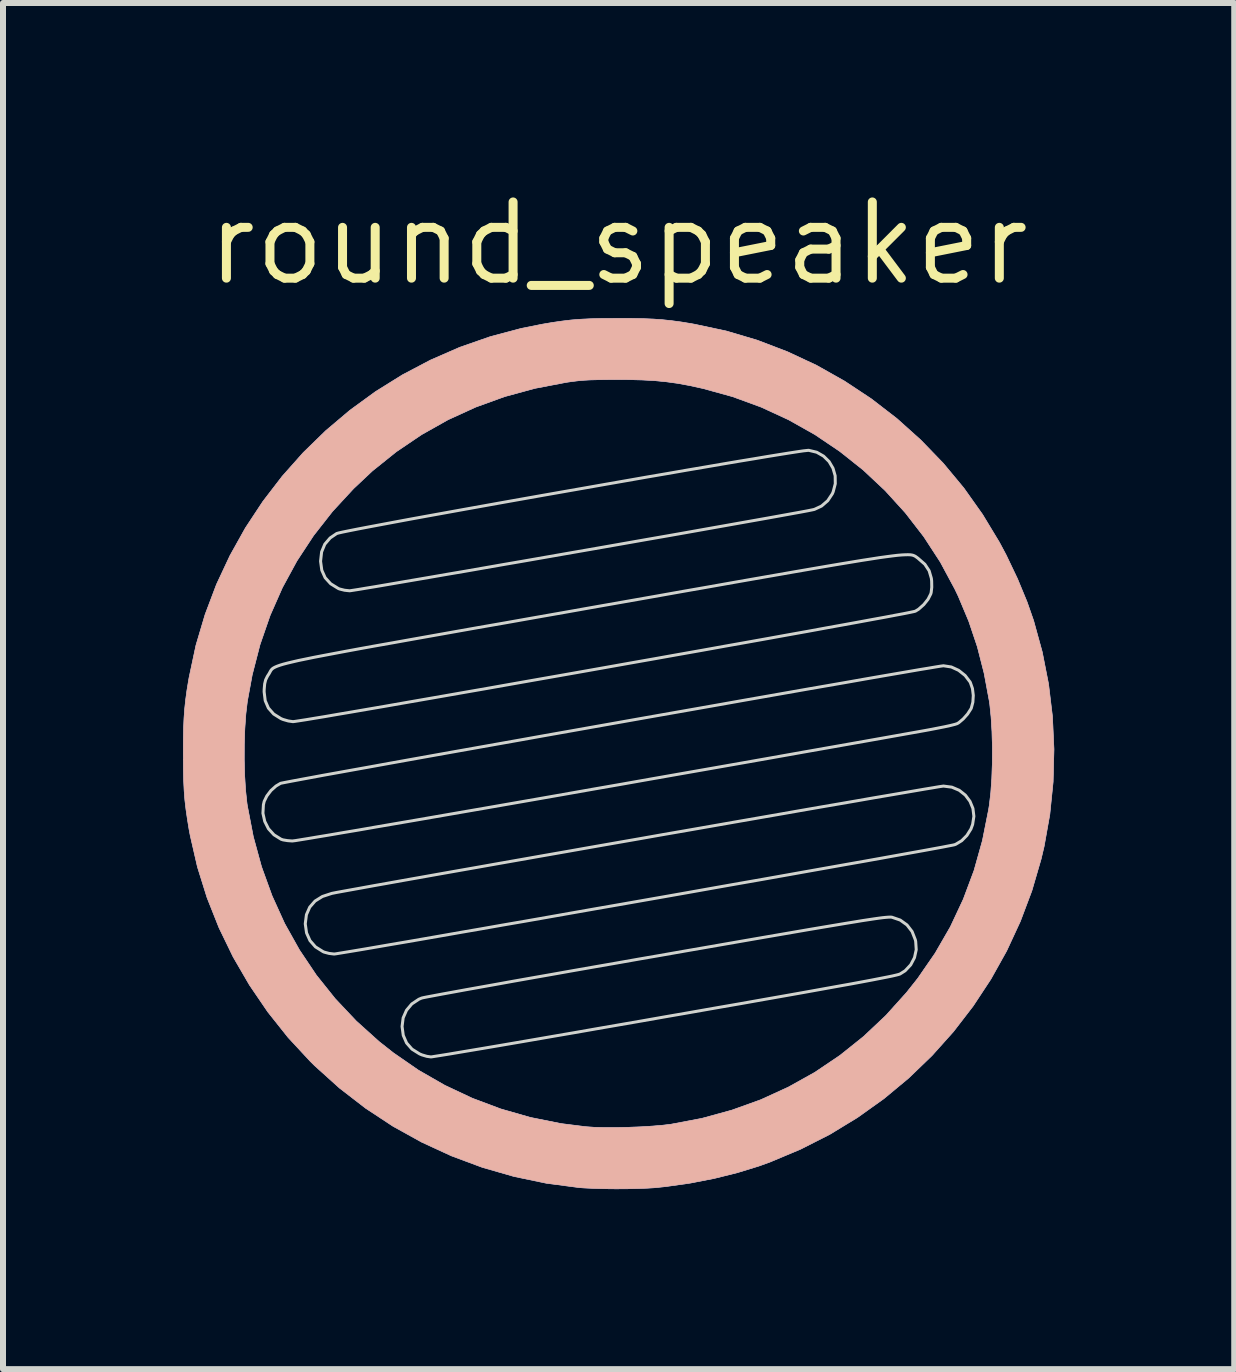
<source format=kicad_pcb>
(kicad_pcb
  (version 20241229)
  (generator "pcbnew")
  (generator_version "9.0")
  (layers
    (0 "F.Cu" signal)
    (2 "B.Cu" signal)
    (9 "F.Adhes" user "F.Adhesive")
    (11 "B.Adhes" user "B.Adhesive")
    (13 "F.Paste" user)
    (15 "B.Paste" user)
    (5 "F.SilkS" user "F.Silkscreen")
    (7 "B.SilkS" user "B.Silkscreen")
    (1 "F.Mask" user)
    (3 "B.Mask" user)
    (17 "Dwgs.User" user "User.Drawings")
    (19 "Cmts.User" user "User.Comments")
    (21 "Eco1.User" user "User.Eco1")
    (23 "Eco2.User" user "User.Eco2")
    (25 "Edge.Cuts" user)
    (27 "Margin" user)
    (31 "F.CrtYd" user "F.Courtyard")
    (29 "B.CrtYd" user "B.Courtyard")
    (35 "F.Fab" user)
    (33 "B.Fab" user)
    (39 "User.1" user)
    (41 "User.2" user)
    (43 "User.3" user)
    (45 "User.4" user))
  (footprint "round_speaker"
    (layer "F.Cu")
    (at 7.255 9.506)
    (property "Reference" "round_speaker" (at 0 -8.5 0) (layer "F.SilkS") (effects (font (size 1.27 1.27) (thickness 0.15))))
    (attr through_hole)
    (fp_poly (pts (xy 0.224 -7.249) (xy 0.415 -7.245) (xy 0.583 -7.238) (xy 0.737 -7.227) (xy 0.888 -7.211) (xy 1.044 -7.19) (xy 1.215 -7.162) (xy 1.27 -7.152) (xy 1.799 -7.039) (xy 2.315 -6.886) (xy 2.817 -6.694) (xy 3.303 -6.467) (xy 3.77 -6.204) (xy 4.217 -5.908) (xy 4.642 -5.58) (xy 5.041 -5.222) (xy 5.414 -4.836) (xy 5.758 -4.422) (xy 6.07 -3.982) (xy 6.35 -3.519) (xy 6.462 -3.309) (xy 6.652 -2.911) (xy 6.812 -2.524) (xy 6.921 -2.212) (xy 7.065 -1.689) (xy 7.17 -1.155) (xy 7.235 -0.614) (xy 7.26 -0.069) (xy 7.246 0.476) (xy 7.191 1.017) (xy 7.096 1.55) (xy 7.046 1.761) (xy 6.892 2.289) (xy 6.7 2.799) (xy 6.472 3.291) (xy 6.209 3.762) (xy 5.913 4.211) (xy 5.585 4.637) (xy 5.227 5.037) (xy 4.84 5.41) (xy 4.426 5.754) (xy 3.986 6.068) (xy 3.523 6.35) (xy 3.036 6.597) (xy 2.529 6.81) (xy 2.341 6.878) (xy 1.983 6.988) (xy 1.597 7.084) (xy 1.196 7.162) (xy 0.793 7.219) (xy 0.614 7.238) (xy 0.486 7.246) (xy 0.326 7.252) (xy 0.147 7.256) (xy -0.042 7.257) (xy -0.229 7.255) (xy -0.404 7.25) (xy -0.556 7.243) (xy -0.646 7.237) (xy -1.198 7.164) (xy -1.739 7.051) (xy -2.267 6.899) (xy -2.78 6.708) (xy -3.277 6.479) (xy -3.755 6.214) (xy -4.212 5.913) (xy -4.647 5.577) (xy -5.059 5.206) (xy -5.133 5.133) (xy -5.503 4.734) (xy -5.841 4.309) (xy -6.147 3.86) (xy -6.419 3.392) (xy -6.655 2.905) (xy -6.854 2.404) (xy -7.014 1.892) (xy -7.134 1.37) (xy -7.153 1.27) (xy -7.182 1.092) (xy -7.205 0.933) (xy -7.223 0.781) (xy -7.235 0.629) (xy -7.243 0.467) (xy -7.248 0.284) (xy -7.249 0.107) (xy -6.235 0.107) (xy -6.228 0.367) (xy -6.213 0.61) (xy -6.19 0.826) (xy -6.184 0.868) (xy -6.084 1.388) (xy -5.947 1.889) (xy -5.772 2.372) (xy -5.562 2.835) (xy -5.315 3.276) (xy -5.034 3.695) (xy -4.718 4.09) (xy -4.369 4.46) (xy -3.987 4.804) (xy -3.75 4.991) (xy -3.332 5.28) (xy -2.893 5.532) (xy -2.434 5.748) (xy -1.957 5.927) (xy -1.464 6.068) (xy -0.956 6.17) (xy -0.544 6.222) (xy -0.403 6.232) (xy -0.229 6.236) (xy -0.035 6.236) (xy 0.17 6.232) (xy 0.376 6.224) (xy 0.571 6.212) (xy 0.746 6.197) (xy 0.878 6.181) (xy 1.394 6.083) (xy 1.893 5.946) (xy 2.374 5.773) (xy 2.835 5.562) (xy 3.276 5.316) (xy 3.694 5.034) (xy 4.089 4.718) (xy 4.459 4.369) (xy 4.803 3.987) (xy 4.991 3.75) (xy 5.281 3.33) (xy 5.535 2.89) (xy 5.75 2.431) (xy 5.929 1.952) (xy 6.069 1.453) (xy 6.172 0.936) (xy 6.183 0.868) (xy 6.208 0.657) (xy 6.225 0.417) (xy 6.234 0.159) (xy 6.235 -0.105) (xy 6.228 -0.363) (xy 6.213 -0.606) (xy 6.191 -0.821) (xy 6.184 -0.868) (xy 6.097 -1.336) (xy 5.984 -1.778) (xy 5.841 -2.203) (xy 5.666 -2.62) (xy 5.608 -2.741) (xy 5.367 -3.189) (xy 5.091 -3.613) (xy 4.784 -4.01) (xy 4.447 -4.381) (xy 4.082 -4.723) (xy 3.691 -5.034) (xy 3.276 -5.314) (xy 2.839 -5.56) (xy 2.382 -5.771) (xy 1.907 -5.945) (xy 1.415 -6.081) (xy 1.397 -6.085) (xy 1.183 -6.132) (xy 0.986 -6.168) (xy 0.797 -6.194) (xy 0.603 -6.213) (xy 0.395 -6.224) (xy 0.163 -6.23) (xy 0 -6.231) (xy -0.186 -6.23) (xy -0.337 -6.228) (xy -0.463 -6.225) (xy -0.572 -6.219) (xy -0.672 -6.21) (xy -0.772 -6.198) (xy -0.868 -6.184) (xy -1.39 -6.084) (xy -1.893 -5.947) (xy -2.376 -5.772) (xy -2.838 -5.561) (xy -3.279 -5.313) (xy -3.699 -5.029) (xy -4.098 -4.709) (xy -4.413 -4.413) (xy -4.764 -4.033) (xy -5.079 -3.631) (xy -5.357 -3.208) (xy -5.599 -2.763) (xy -5.804 -2.298) (xy -5.972 -1.813) (xy -6.102 -1.309) (xy -6.183 -0.868) (xy -6.208 -0.657) (xy -6.225 -0.416) (xy -6.234 -0.158) (xy -6.235 0.107) (xy -7.249 0.107) (xy -7.249 0.072) (xy -7.25 0) (xy -7.249 -0.224) (xy -7.245 -0.415) (xy -7.238 -0.583) (xy -7.227 -0.737) (xy -7.211 -0.888) (xy -7.19 -1.044) (xy -7.162 -1.215) (xy -7.152 -1.27) (xy -7.039 -1.8) (xy -6.886 -2.315) (xy -6.697 -2.815) (xy -6.472 -3.296) (xy -6.214 -3.758) (xy -5.923 -4.199) (xy -5.602 -4.617) (xy -5.252 -5.011) (xy -4.875 -5.378) (xy -4.473 -5.718) (xy -4.046 -6.029) (xy -3.598 -6.308) (xy -3.129 -6.555) (xy -2.641 -6.768) (xy -2.136 -6.944) (xy -1.615 -7.083) (xy -1.27 -7.152) (xy -1.093 -7.182) (xy -0.933 -7.205) (xy -0.782 -7.223) (xy -0.63 -7.235) (xy -0.467 -7.243) (xy -0.284 -7.248) (xy -0.071 -7.249) (xy 0 -7.25) (xy 0.224 -7.249)) (stroke (width 0.01) (type solid)) (fill yes) (layer "B.Cu"))
    (fp_poly (pts (xy 0.224 -7.249) (xy 0.415 -7.245) (xy 0.583 -7.238) (xy 0.737 -7.227) (xy 0.888 -7.211) (xy 1.044 -7.19) (xy 1.215 -7.162) (xy 1.27 -7.152) (xy 1.799 -7.039) (xy 2.315 -6.886) (xy 2.817 -6.694) (xy 3.303 -6.467) (xy 3.77 -6.204) (xy 4.217 -5.908) (xy 4.642 -5.58) (xy 5.041 -5.222) (xy 5.414 -4.836) (xy 5.758 -4.422) (xy 6.07 -3.982) (xy 6.35 -3.519) (xy 6.462 -3.309) (xy 6.652 -2.911) (xy 6.812 -2.524) (xy 6.921 -2.212) (xy 7.065 -1.689) (xy 7.17 -1.155) (xy 7.235 -0.614) (xy 7.26 -0.069) (xy 7.246 0.476) (xy 7.191 1.017) (xy 7.096 1.55) (xy 7.046 1.761) (xy 6.892 2.289) (xy 6.7 2.799) (xy 6.472 3.291) (xy 6.209 3.762) (xy 5.913 4.211) (xy 5.585 4.637) (xy 5.227 5.037) (xy 4.84 5.41) (xy 4.426 5.754) (xy 3.986 6.068) (xy 3.523 6.35) (xy 3.036 6.597) (xy 2.529 6.81) (xy 2.341 6.878) (xy 1.983 6.988) (xy 1.597 7.084) (xy 1.196 7.162) (xy 0.793 7.219) (xy 0.614 7.238) (xy 0.486 7.246) (xy 0.326 7.252) (xy 0.147 7.256) (xy -0.042 7.257) (xy -0.229 7.255) (xy -0.404 7.25) (xy -0.556 7.243) (xy -0.646 7.237) (xy -1.198 7.164) (xy -1.739 7.051) (xy -2.267 6.899) (xy -2.78 6.708) (xy -3.277 6.479) (xy -3.755 6.214) (xy -4.212 5.913) (xy -4.647 5.577) (xy -5.059 5.206) (xy -5.133 5.133) (xy -5.503 4.734) (xy -5.841 4.309) (xy -6.147 3.86) (xy -6.419 3.392) (xy -6.655 2.905) (xy -6.854 2.404) (xy -7.014 1.892) (xy -7.134 1.37) (xy -7.153 1.27) (xy -7.182 1.092) (xy -7.205 0.933) (xy -7.223 0.781) (xy -7.235 0.629) (xy -7.243 0.467) (xy -7.248 0.284) (xy -7.249 0.107) (xy -6.235 0.107) (xy -6.228 0.367) (xy -6.213 0.61) (xy -6.19 0.826) (xy -6.184 0.868) (xy -6.084 1.388) (xy -5.947 1.889) (xy -5.772 2.372) (xy -5.562 2.835) (xy -5.315 3.276) (xy -5.034 3.695) (xy -4.718 4.09) (xy -4.369 4.46) (xy -3.987 4.804) (xy -3.75 4.991) (xy -3.332 5.28) (xy -2.893 5.532) (xy -2.434 5.748) (xy -1.957 5.927) (xy -1.464 6.068) (xy -0.956 6.17) (xy -0.544 6.222) (xy -0.403 6.232) (xy -0.229 6.236) (xy -0.035 6.236) (xy 0.17 6.232) (xy 0.376 6.224) (xy 0.571 6.212) (xy 0.746 6.197) (xy 0.878 6.181) (xy 1.394 6.083) (xy 1.893 5.946) (xy 2.374 5.773) (xy 2.835 5.562) (xy 3.276 5.316) (xy 3.694 5.034) (xy 4.089 4.718) (xy 4.459 4.369) (xy 4.803 3.987) (xy 4.991 3.75) (xy 5.281 3.33) (xy 5.535 2.89) (xy 5.75 2.431) (xy 5.929 1.952) (xy 6.069 1.453) (xy 6.172 0.936) (xy 6.183 0.868) (xy 6.208 0.657) (xy 6.225 0.417) (xy 6.234 0.159) (xy 6.235 -0.105) (xy 6.228 -0.363) (xy 6.213 -0.606) (xy 6.191 -0.821) (xy 6.184 -0.868) (xy 6.097 -1.336) (xy 5.984 -1.778) (xy 5.841 -2.203) (xy 5.666 -2.62) (xy 5.608 -2.741) (xy 5.367 -3.189) (xy 5.091 -3.613) (xy 4.784 -4.01) (xy 4.447 -4.381) (xy 4.082 -4.723) (xy 3.691 -5.034) (xy 3.276 -5.314) (xy 2.839 -5.56) (xy 2.382 -5.771) (xy 1.907 -5.945) (xy 1.415 -6.081) (xy 1.397 -6.085) (xy 1.183 -6.132) (xy 0.986 -6.168) (xy 0.797 -6.194) (xy 0.603 -6.213) (xy 0.395 -6.224) (xy 0.163 -6.23) (xy 0 -6.231) (xy -0.186 -6.23) (xy -0.337 -6.228) (xy -0.463 -6.225) (xy -0.572 -6.219) (xy -0.672 -6.21) (xy -0.772 -6.198) (xy -0.868 -6.184) (xy -1.39 -6.084) (xy -1.893 -5.947) (xy -2.376 -5.772) (xy -2.838 -5.561) (xy -3.279 -5.313) (xy -3.699 -5.029) (xy -4.098 -4.709) (xy -4.413 -4.413) (xy -4.764 -4.033) (xy -5.079 -3.631) (xy -5.357 -3.208) (xy -5.599 -2.763) (xy -5.804 -2.298) (xy -5.972 -1.813) (xy -6.102 -1.309) (xy -6.183 -0.868) (xy -6.208 -0.657) (xy -6.225 -0.416) (xy -6.234 -0.158) (xy -6.235 0.107) (xy -7.249 0.107) (xy -7.249 0.072) (xy -7.25 0) (xy -7.249 -0.224) (xy -7.245 -0.415) (xy -7.238 -0.583) (xy -7.227 -0.737) (xy -7.211 -0.888) (xy -7.19 -1.044) (xy -7.162 -1.215) (xy -7.152 -1.27) (xy -7.039 -1.8) (xy -6.886 -2.315) (xy -6.697 -2.815) (xy -6.472 -3.296) (xy -6.214 -3.758) (xy -5.923 -4.199) (xy -5.602 -4.617) (xy -5.252 -5.011) (xy -4.875 -5.378) (xy -4.473 -5.718) (xy -4.046 -6.029) (xy -3.598 -6.308) (xy -3.129 -6.555) (xy -2.641 -6.768) (xy -2.136 -6.944) (xy -1.615 -7.083) (xy -1.27 -7.152) (xy -1.093 -7.182) (xy -0.933 -7.205) (xy -0.782 -7.223) (xy -0.63 -7.235) (xy -0.467 -7.243) (xy -0.284 -7.248) (xy -0.071 -7.249) (xy 0 -7.25) (xy 0.224 -7.249)) (stroke (width 0.01) (type solid)) (fill yes) (layer "B.SilkS"))
    (fp_poly (pts (xy 3.307 -5.019) (xy 3.421 -4.954) (xy 3.513 -4.863) (xy 3.578 -4.752) (xy 3.614 -4.627) (xy 3.616 -4.494) (xy 3.581 -4.36) (xy 3.567 -4.327) (xy 3.49 -4.211) (xy 3.387 -4.122) (xy 3.269 -4.067) (xy 3.262 -4.065) (xy 3.225 -4.057) (xy 3.15 -4.042) (xy 3.038 -4.021) (xy 2.894 -3.995) (xy 2.718 -3.963) (xy 2.513 -3.926) (xy 2.283 -3.885) (xy 2.029 -3.84) (xy 1.754 -3.791) (xy 1.461 -3.739) (xy 1.153 -3.684) (xy 0.831 -3.627) (xy 0.498 -3.569) (xy 0.157 -3.509) (xy -0.189 -3.448) (xy -0.538 -3.387) (xy -0.888 -3.326) (xy -1.236 -3.265) (xy -1.579 -3.205) (xy -1.916 -3.147) (xy -2.242 -3.09) (xy -2.556 -3.035) (xy -2.856 -2.984) (xy -3.138 -2.935) (xy -3.401 -2.89) (xy -3.641 -2.849) (xy -3.856 -2.812) (xy -4.043 -2.78) (xy -4.201 -2.754) (xy -4.326 -2.733) (xy -4.416 -2.719) (xy -4.468 -2.711) (xy -4.48 -2.71) (xy -4.563 -2.719) (xy -4.647 -2.74) (xy -4.668 -2.749) (xy -4.794 -2.827) (xy -4.886 -2.928) (xy -4.942 -3.053) (xy -4.962 -3.199) (xy -4.962 -3.207) (xy -4.945 -3.358) (xy -4.892 -3.486) (xy -4.803 -3.59) (xy -4.694 -3.664) (xy -4.663 -3.673) (xy -4.592 -3.689) (xy -4.484 -3.711) (xy -4.343 -3.739) (xy -4.17 -3.772) (xy -3.968 -3.81) (xy -3.739 -3.853) (xy -3.487 -3.9) (xy -3.213 -3.95) (xy -2.92 -4.003) (xy -2.611 -4.059) (xy -2.288 -4.117) (xy -1.954 -4.177) (xy -1.611 -4.238) (xy -1.262 -4.3) (xy -0.909 -4.362) (xy -0.556 -4.424) (xy -0.204 -4.486) (xy 0.145 -4.547) (xy 0.486 -4.607) (xy 0.819 -4.664) (xy 1.14 -4.72) (xy 1.446 -4.772) (xy 1.736 -4.822) (xy 2.007 -4.868) (xy 2.256 -4.909) (xy 2.481 -4.947) (xy 2.678 -4.979) (xy 2.847 -5.006) (xy 2.983 -5.027) (xy 3.085 -5.042) (xy 3.15 -5.049) (xy 3.173 -5.051) (xy 3.307 -5.019)) (stroke (width 0.05) (type solid)) (fill no) (layer "Edge.Cuts"))
    (fp_poly (pts (xy 4.546 2.729) (xy 4.561 2.731) (xy 4.698 2.778) (xy 4.811 2.859) (xy 4.896 2.969) (xy 4.95 3.107) (xy 4.956 3.134) (xy 4.965 3.272) (xy 4.936 3.404) (xy 4.873 3.524) (xy 4.78 3.623) (xy 4.696 3.676) (xy 4.674 3.684) (xy 4.631 3.695) (xy 4.567 3.71) (xy 4.479 3.728) (xy 4.367 3.75) (xy 4.229 3.777) (xy 4.064 3.808) (xy 3.87 3.844) (xy 3.646 3.884) (xy 3.391 3.93) (xy 3.103 3.982) (xy 2.782 4.039) (xy 2.425 4.102) (xy 2.031 4.172) (xy 1.599 4.247) (xy 1.128 4.33) (xy 0.782 4.39) (xy 0.385 4.46) (xy -0.002 4.527) (xy -0.376 4.592) (xy -0.735 4.655) (xy -1.078 4.714) (xy -1.401 4.77) (xy -1.703 4.822) (xy -1.983 4.87) (xy -2.236 4.913) (xy -2.462 4.951) (xy -2.659 4.984) (xy -2.824 5.012) (xy -2.955 5.033) (xy -3.05 5.048) (xy -3.107 5.057) (xy -3.123 5.059) (xy -3.192 5.049) (xy -3.273 5.025) (xy -3.313 5.008) (xy -3.439 4.929) (xy -3.529 4.826) (xy -3.584 4.7) (xy -3.604 4.552) (xy -3.604 4.551) (xy -3.586 4.408) (xy -3.53 4.281) (xy -3.442 4.176) (xy -3.325 4.098) (xy -3.278 4.078) (xy -3.248 4.071) (xy -3.178 4.057) (xy -3.071 4.037) (xy -2.928 4.01) (xy -2.752 3.978) (xy -2.545 3.94) (xy -2.31 3.898) (xy -2.047 3.851) (xy -1.76 3.799) (xy -1.45 3.744) (xy -1.12 3.686) (xy -0.772 3.624) (xy -0.407 3.56) (xy -0.028 3.494) (xy 0.362 3.425) (xy 0.635 3.378) (xy 1.107 3.295) (xy 1.539 3.22) (xy 1.934 3.151) (xy 2.291 3.089) (xy 2.615 3.033) (xy 2.905 2.983) (xy 3.165 2.938) (xy 3.396 2.899) (xy 3.599 2.865) (xy 3.777 2.835) (xy 3.931 2.81) (xy 4.063 2.788) (xy 4.175 2.771) (xy 4.268 2.757) (xy 4.346 2.746) (xy 4.408 2.738) (xy 4.457 2.733) (xy 4.496 2.73) (xy 4.524 2.729) (xy 4.546 2.729)) (stroke (width 0.05) (type solid)) (fill no) (layer "Edge.Cuts"))
    (fp_poly (pts (xy 5.559 0.563) (xy 5.682 0.615) (xy 5.784 0.696) (xy 5.861 0.799) (xy 5.91 0.918) (xy 5.926 1.049) (xy 5.905 1.184) (xy 5.877 1.26) (xy 5.81 1.367) (xy 5.723 1.455) (xy 5.625 1.514) (xy 5.605 1.522) (xy 5.574 1.529) (xy 5.505 1.542) (xy 5.398 1.563) (xy 5.256 1.589) (xy 5.082 1.621) (xy 4.876 1.658) (xy 4.643 1.7) (xy 4.383 1.747) (xy 4.099 1.798) (xy 3.793 1.852) (xy 3.467 1.91) (xy 3.124 1.971) (xy 2.766 2.035) (xy 2.395 2.101) (xy 2.013 2.168) (xy 1.622 2.237) (xy 1.224 2.308) (xy 0.823 2.379) (xy 0.419 2.45) (xy 0.015 2.521) (xy -0.387 2.591) (xy -0.784 2.661) (xy -1.174 2.73) (xy -1.555 2.797) (xy -1.926 2.861) (xy -2.283 2.924) (xy -2.625 2.983) (xy -2.949 3.04) (xy -3.253 3.093) (xy -3.535 3.142) (xy -3.794 3.186) (xy -4.025 3.226) (xy -4.228 3.261) (xy -4.401 3.29) (xy -4.54 3.313) (xy -4.644 3.33) (xy -4.711 3.341) (xy -4.737 3.344) (xy -4.82 3.334) (xy -4.903 3.312) (xy -4.921 3.304) (xy -5.047 3.225) (xy -5.139 3.12) (xy -5.196 2.992) (xy -5.217 2.845) (xy -5.217 2.836) (xy -5.198 2.688) (xy -5.143 2.563) (xy -5.054 2.461) (xy -4.932 2.385) (xy -4.777 2.334) (xy -4.763 2.331) (xy -4.697 2.318) (xy -4.593 2.299) (xy -4.455 2.274) (xy -4.283 2.243) (xy -4.081 2.206) (xy -3.85 2.165) (xy -3.594 2.119) (xy -3.312 2.069) (xy -3.009 2.015) (xy -2.687 1.958) (xy -2.346 1.898) (xy -1.991 1.835) (xy -1.622 1.77) (xy -1.243 1.703) (xy -0.855 1.635) (xy -0.46 1.565) (xy -0.061 1.495) (xy 0.34 1.425) (xy 0.741 1.354) (xy 1.139 1.285) (xy 1.533 1.216) (xy 1.92 1.148) (xy 2.299 1.082) (xy 2.666 1.018) (xy 3.019 0.956) (xy 3.358 0.897) (xy 3.678 0.842) (xy 3.978 0.79) (xy 4.257 0.741) (xy 4.511 0.698) (xy 4.738 0.659) (xy 4.936 0.625) (xy 5.104 0.596) (xy 5.238 0.574) (xy 5.337 0.557) (xy 5.398 0.548) (xy 5.419 0.545) (xy 5.559 0.563)) (stroke (width 0.05) (type solid)) (fill no) (layer "Edge.Cuts"))
    (fp_poly (pts (xy 5.55 -1.44) (xy 5.672 -1.384) (xy 5.78 -1.298) (xy 5.863 -1.189) (xy 5.868 -1.178) (xy 5.902 -1.081) (xy 5.916 -0.967) (xy 5.909 -0.853) (xy 5.883 -0.755) (xy 5.876 -0.741) (xy 5.821 -0.656) (xy 5.749 -0.575) (xy 5.675 -0.512) (xy 5.648 -0.496) (xy 5.611 -0.484) (xy 5.54 -0.466) (xy 5.44 -0.444) (xy 5.319 -0.42) (xy 5.184 -0.394) (xy 5.119 -0.382) (xy 4.614 -0.292) (xy 4.103 -0.201) (xy 3.588 -0.11) (xy 3.072 -0.019) (xy 2.556 0.073) (xy 2.041 0.164) (xy 1.529 0.254) (xy 1.022 0.343) (xy 0.522 0.431) (xy 0.031 0.518) (xy -0.451 0.602) (xy -0.92 0.685) (xy -1.376 0.765) (xy -1.817 0.842) (xy -2.241 0.916) (xy -2.646 0.986) (xy -3.031 1.053) (xy -3.394 1.116) (xy -3.732 1.174) (xy -4.046 1.228) (xy -4.332 1.278) (xy -4.589 1.321) (xy -4.815 1.36) (xy -5.009 1.392) (xy -5.168 1.419) (xy -5.292 1.439) (xy -5.378 1.453) (xy -5.426 1.459) (xy -5.433 1.46) (xy -5.513 1.454) (xy -5.587 1.442) (xy -5.62 1.431) (xy -5.739 1.357) (xy -5.831 1.256) (xy -5.893 1.133) (xy -5.923 0.998) (xy -5.915 0.856) (xy -5.902 0.8) (xy -5.858 0.71) (xy -5.789 0.619) (xy -5.705 0.544) (xy -5.629 0.499) (xy -5.601 0.493) (xy -5.534 0.48) (xy -5.43 0.46) (xy -5.29 0.434) (xy -5.117 0.402) (xy -4.913 0.364) (xy -4.679 0.322) (xy -4.419 0.275) (xy -4.135 0.224) (xy -3.827 0.168) (xy -3.499 0.109) (xy -3.153 0.047) (xy -2.79 -0.018) (xy -2.413 -0.085) (xy -2.025 -0.154) (xy -1.626 -0.225) (xy -1.219 -0.298) (xy -0.807 -0.371) (xy -0.391 -0.445) (xy 0.026 -0.519) (xy 0.443 -0.593) (xy 0.857 -0.666) (xy 1.266 -0.738) (xy 1.668 -0.809) (xy 2.061 -0.879) (xy 2.442 -0.946) (xy 2.811 -1.011) (xy 3.163 -1.073) (xy 3.498 -1.131) (xy 3.814 -1.186) (xy 4.107 -1.238) (xy 4.377 -1.285) (xy 4.621 -1.327) (xy 4.836 -1.364) (xy 5.021 -1.396) (xy 5.174 -1.421) (xy 5.292 -1.441) (xy 5.373 -1.454) (xy 5.416 -1.46) (xy 5.421 -1.46) (xy 5.55 -1.44)) (stroke (width 0.05) (type solid)) (fill no) (layer "Edge.Cuts"))
    (fp_poly (pts (xy 4.863 -3.31) (xy 4.893 -3.306) (xy 4.916 -3.3) (xy 4.935 -3.292) (xy 4.952 -3.283) (xy 4.966 -3.273) (xy 4.981 -3.262) (xy 4.997 -3.25) (xy 4.999 -3.248) (xy 5.109 -3.152) (xy 5.18 -3.044) (xy 5.217 -2.918) (xy 5.222 -2.874) (xy 5.224 -2.769) (xy 5.214 -2.681) (xy 5.207 -2.657) (xy 5.162 -2.569) (xy 5.091 -2.48) (xy 5.006 -2.404) (xy 4.951 -2.37) (xy 4.924 -2.363) (xy 4.857 -2.349) (xy 4.753 -2.328) (xy 4.614 -2.302) (xy 4.441 -2.269) (xy 4.238 -2.232) (xy 4.006 -2.189) (xy 3.748 -2.142) (xy 3.466 -2.091) (xy 3.162 -2.035) (xy 2.838 -1.977) (xy 2.496 -1.915) (xy 2.139 -1.851) (xy 1.768 -1.785) (xy 1.386 -1.716) (xy 0.996 -1.647) (xy 0.599 -1.576) (xy 0.197 -1.505) (xy -0.207 -1.433) (xy -0.612 -1.361) (xy -1.014 -1.29) (xy -1.412 -1.22) (xy -1.803 -1.151) (xy -2.186 -1.083) (xy -2.559 -1.018) (xy -2.918 -0.955) (xy -3.262 -0.895) (xy -3.589 -0.838) (xy -3.896 -0.784) (xy -4.182 -0.735) (xy -4.443 -0.69) (xy -4.679 -0.65) (xy -4.886 -0.614) (xy -5.063 -0.585) (xy -5.207 -0.561) (xy -5.317 -0.544) (xy -5.389 -0.533) (xy -5.422 -0.529) (xy -5.422 -0.529) (xy -5.5 -0.54) (xy -5.587 -0.565) (xy -5.621 -0.579) (xy -5.744 -0.656) (xy -5.832 -0.756) (xy -5.885 -0.879) (xy -5.903 -1.026) (xy -5.902 -1.068) (xy -5.894 -1.159) (xy -5.878 -1.225) (xy -5.848 -1.286) (xy -5.831 -1.312) (xy -5.819 -1.331) (xy -5.809 -1.349) (xy -5.8 -1.366) (xy -5.791 -1.381) (xy -5.78 -1.396) (xy -5.765 -1.411) (xy -5.745 -1.425) (xy -5.718 -1.439) (xy -5.683 -1.454) (xy -5.638 -1.47) (xy -5.582 -1.487) (xy -5.513 -1.505) (xy -5.429 -1.525) (xy -5.33 -1.548) (xy -5.213 -1.572) (xy -5.077 -1.6) (xy -4.921 -1.63) (xy -4.742 -1.664) (xy -4.54 -1.702) (xy -4.313 -1.744) (xy -4.059 -1.79) (xy -3.776 -1.84) (xy -3.464 -1.896) (xy -3.121 -1.957) (xy -2.745 -2.024) (xy -2.334 -2.097) (xy -1.887 -2.175) (xy -1.403 -2.261) (xy -0.88 -2.353) (xy -0.476 -2.425) (xy 0.08 -2.523) (xy 0.596 -2.614) (xy 1.073 -2.699) (xy 1.513 -2.776) (xy 1.918 -2.848) (xy 2.289 -2.913) (xy 2.627 -2.972) (xy 2.935 -3.026) (xy 3.213 -3.074) (xy 3.463 -3.117) (xy 3.687 -3.155) (xy 3.887 -3.188) (xy 4.063 -3.217) (xy 4.218 -3.241) (xy 4.352 -3.262) (xy 4.468 -3.278) (xy 4.567 -3.291) (xy 4.651 -3.301) (xy 4.721 -3.307) (xy 4.779 -3.31) (xy 4.825 -3.311) (xy 4.863 -3.31)) (stroke (width 0.05) (type solid)) (fill no) (layer "Edge.Cuts")))
  (gr_rect
    (start -3 -3)
    (end 17.52 19.768)
    (stroke (width 0.1) (type default))
    (fill no)
    (layer "Edge.Cuts")))
</source>
